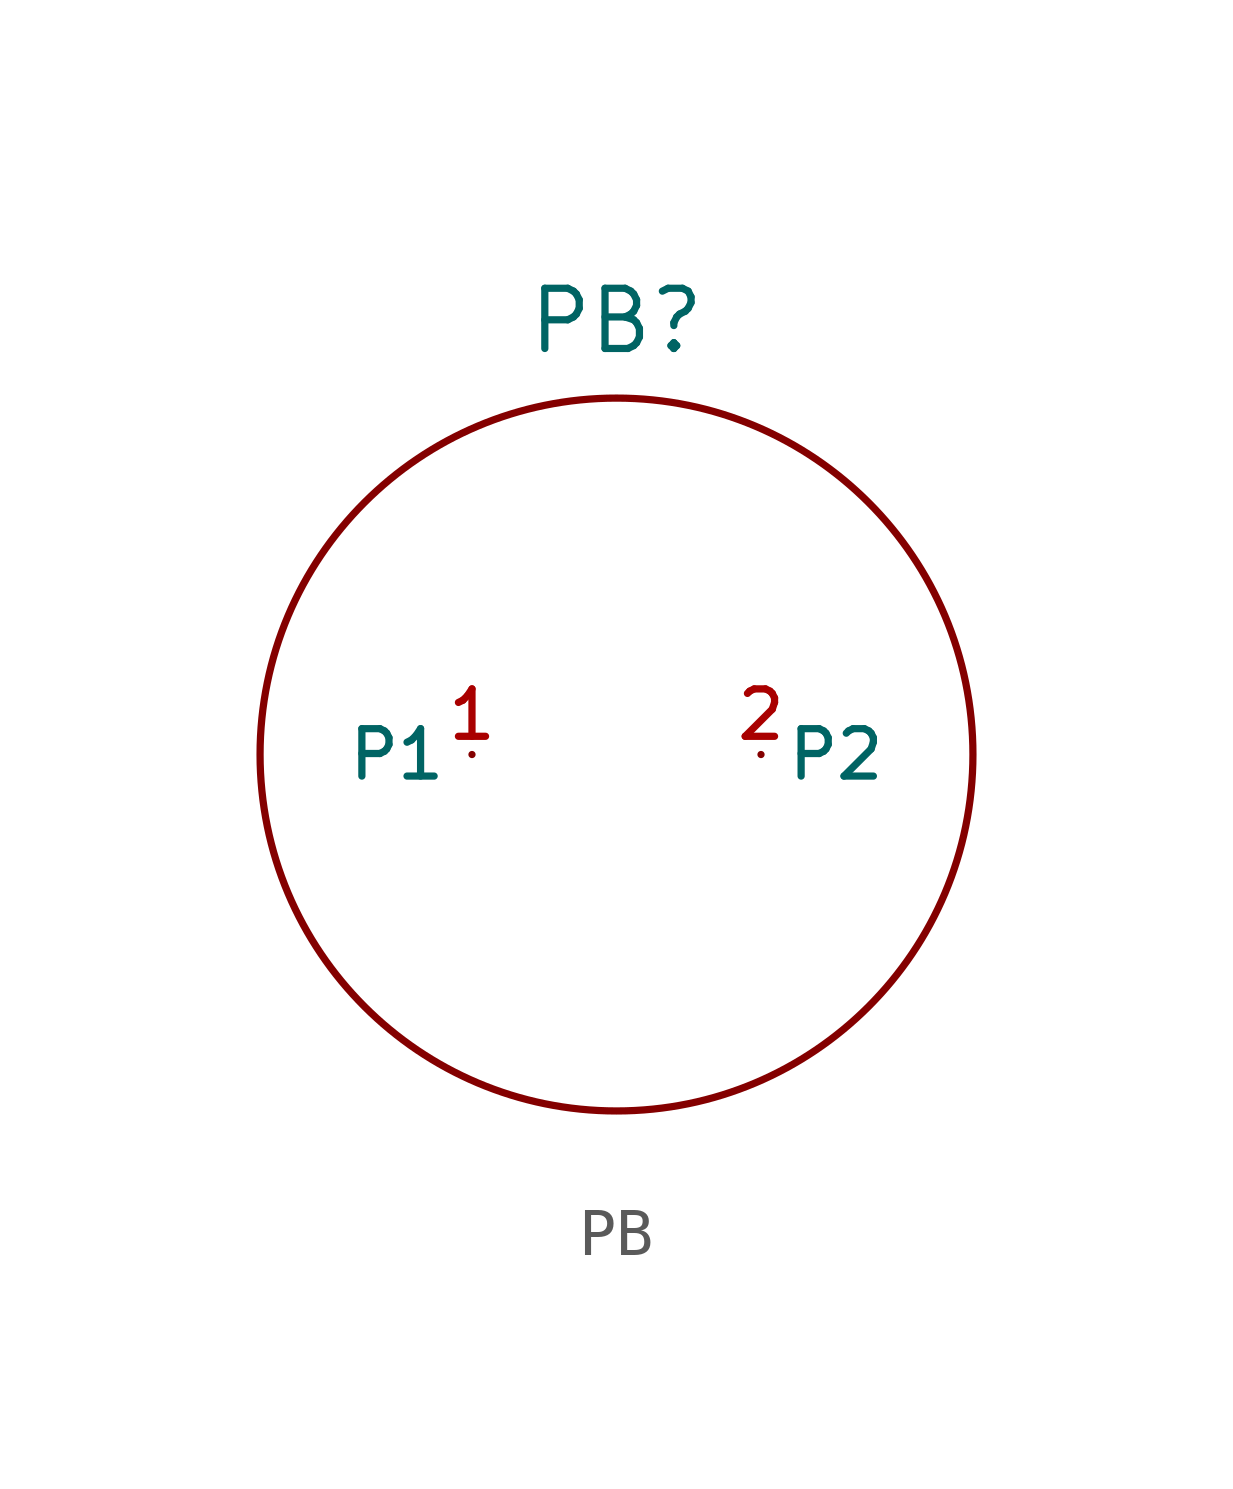
<source format=kicad_sym>
(kicad_symbol_lib
  (version 20220914)
  (generator kicad_symbol_editor)
  (symbol "PB"
    (property "Reference" "PB"
      (at 0 9.144 0)
      (effects (font (size 1.27 1.27))))
    (property "Value" ""
      (at 0 0 0)
      (effects (font (size 1.27 1.27))))
    (symbol "PB_0_1"
      (circle (center 0 0) (radius 7.518) (stroke (width 0) (type default)) (fill (type none))))
    (symbol "PB_1_1"
      (pin bidirectional line (at -3.048 0 180) (length 0) (name "P1" (effects (font (size 1 1)))) (number "1" (effects (font (size 1 1)))))
      (pin bidirectional line (at 3.048 0 0) (length 0) (name "P2" (effects (font (size 1 1)))) (number "2" (effects (font (size 1 1))))))))
</source>
